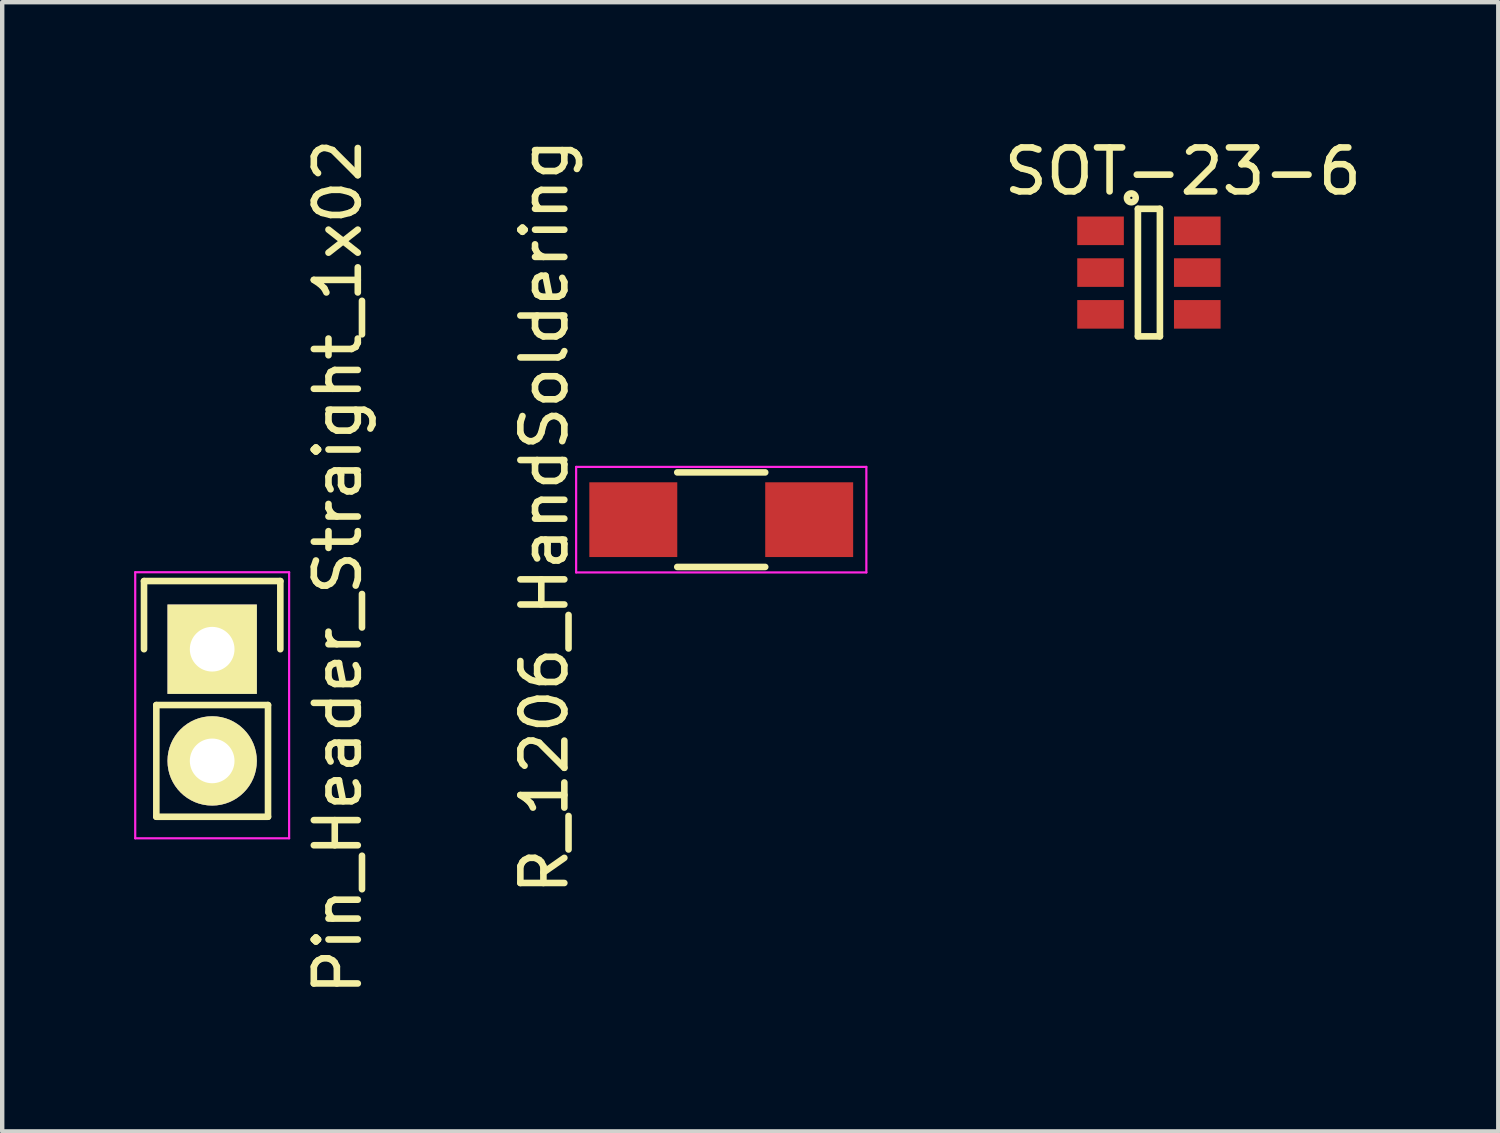
<source format=kicad_pcb>
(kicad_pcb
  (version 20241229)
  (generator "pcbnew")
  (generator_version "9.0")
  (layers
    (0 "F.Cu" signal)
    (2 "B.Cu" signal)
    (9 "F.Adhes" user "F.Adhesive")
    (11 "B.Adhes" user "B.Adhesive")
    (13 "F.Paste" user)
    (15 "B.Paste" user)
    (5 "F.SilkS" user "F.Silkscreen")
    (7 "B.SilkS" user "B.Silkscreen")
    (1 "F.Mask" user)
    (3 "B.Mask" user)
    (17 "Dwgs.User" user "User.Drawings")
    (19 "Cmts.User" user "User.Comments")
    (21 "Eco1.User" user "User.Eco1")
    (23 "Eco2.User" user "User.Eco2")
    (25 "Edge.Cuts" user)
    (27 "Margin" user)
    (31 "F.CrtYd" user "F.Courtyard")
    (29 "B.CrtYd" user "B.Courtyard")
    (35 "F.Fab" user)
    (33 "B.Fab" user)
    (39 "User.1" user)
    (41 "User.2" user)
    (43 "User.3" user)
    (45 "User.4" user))
  (footprint "R_1206_HandSoldering"
    (layer "F.Cu")
    (at 13.352 8.768)
    (property "Reference" "R_1206_HandSoldering" (at -4.023 -0.071 90) (layer "F.SilkS") (effects (font (size 1 1) (thickness 0.15))))
    (attr smd)
    (fp_line (start -1 -1.075) (end 1 -1.075) (stroke (width 0.15) (type solid)) (layer "F.SilkS"))
    (fp_line (start 1 1.075) (end -1 1.075) (stroke (width 0.15) (type solid)) (layer "F.SilkS"))
    (fp_line (start -3.3 -1.2) (end -3.3 1.2) (stroke (width 0.05) (type solid)) (layer "F.CrtYd"))
    (fp_line (start -3.3 -1.2) (end 3.3 -1.2) (stroke (width 0.05) (type solid)) (layer "F.CrtYd"))
    (fp_line (start -3.3 1.2) (end 3.3 1.2) (stroke (width 0.05) (type solid)) (layer "F.CrtYd"))
    (fp_line (start 3.3 -1.2) (end 3.3 1.2) (stroke (width 0.05) (type solid)) (layer "F.CrtYd"))
    (pad "1" smd rect (at -2 0) (size 2 1.7) (layers "F.Cu" "F.Mask" "F.Paste"))
    (pad "2" smd rect (at 2 0) (size 2 1.7) (layers "F.Cu" "F.Mask" "F.Paste")))
  (footprint "SOT-23-6"
    (layer "F.Cu")
    (at 23.078 3.149)
    (property "Reference" "SOT-23-6" (at 0.772 -2.301 0) (layer "F.SilkS") (effects (font (size 1 1) (thickness 0.15))))
    (attr smd)
    (fp_line (start -0.25 -1.45) (end -0.25 1.45) (stroke (width 0.15) (type solid)) (layer "F.SilkS"))
    (fp_line (start -0.25 1.45) (end 0.25 1.45) (stroke (width 0.15) (type solid)) (layer "F.SilkS"))
    (fp_line (start 0.25 -1.45) (end -0.25 -1.45) (stroke (width 0.15) (type solid)) (layer "F.SilkS"))
    (fp_line (start 0.25 1.45) (end 0.25 -1.45) (stroke (width 0.15) (type solid)) (layer "F.SilkS"))
    (fp_circle (center -0.4 -1.7) (end -0.3 -1.7) (stroke (width 0.15) (type solid)) (fill no) (layer "F.SilkS"))
    (pad "1" smd rect (at -1.1 -0.95) (size 1.06 0.65) (layers "F.Cu" "F.Mask" "F.Paste"))
    (pad "2" smd rect (at -1.1 0) (size 1.06 0.65) (layers "F.Cu" "F.Mask" "F.Paste"))
    (pad "3" smd rect (at -1.1 0.95) (size 1.06 0.65) (layers "F.Cu" "F.Mask" "F.Paste"))
    (pad "4" smd rect (at 1.1 0.95) (size 1.06 0.65) (layers "F.Cu" "F.Mask" "F.Paste"))
    (pad "5" smd rect (at 1.1 0) (size 1.06 0.65) (layers "F.Cu" "F.Mask" "F.Paste"))
    (pad "6" smd rect (at 1.1 -0.95) (size 1.06 0.65) (layers "F.Cu" "F.Mask" "F.Paste")))
  (footprint "Pin_Header_Straight_1x02"
    (layer "F.Cu")
    (at 1.775 11.714)
    (property "Reference" "Pin_Header_Straight_1x02" (at 2.857 -1.875 90) (layer "F.SilkS") (effects (font (size 1 1) (thickness 0.15))))
    (attr through_hole)
    (fp_line (start -1.55 -1.55) (end 1.55 -1.55) (stroke (width 0.15) (type solid)) (layer "F.SilkS"))
    (fp_line (start -1.55 0) (end -1.55 -1.55) (stroke (width 0.15) (type solid)) (layer "F.SilkS"))
    (fp_line (start -1.27 1.27) (end -1.27 3.81) (stroke (width 0.15) (type solid)) (layer "F.SilkS"))
    (fp_line (start -1.27 3.81) (end 1.27 3.81) (stroke (width 0.15) (type solid)) (layer "F.SilkS"))
    (fp_line (start 1.27 1.27) (end -1.27 1.27) (stroke (width 0.15) (type solid)) (layer "F.SilkS"))
    (fp_line (start 1.27 1.27) (end 1.27 3.81) (stroke (width 0.15) (type solid)) (layer "F.SilkS"))
    (fp_line (start 1.55 -1.55) (end 1.55 0) (stroke (width 0.15) (type solid)) (layer "F.SilkS"))
    (fp_line (start -1.75 -1.75) (end -1.75 4.3) (stroke (width 0.05) (type solid)) (layer "F.CrtYd"))
    (fp_line (start -1.75 -1.75) (end 1.75 -1.75) (stroke (width 0.05) (type solid)) (layer "F.CrtYd"))
    (fp_line (start -1.75 4.3) (end 1.75 4.3) (stroke (width 0.05) (type solid)) (layer "F.CrtYd"))
    (fp_line (start 1.75 -1.75) (end 1.75 4.3) (stroke (width 0.05) (type solid)) (layer "F.CrtYd"))
    (pad "1" thru_hole rect (at 0 0) (size 2.032 2.032) (drill 1.016) (layers "*.Cu" "*.Mask" "F.SilkS"))
    (pad "2" thru_hole oval (at 0 2.54) (size 2.032 2.032) (drill 1.016) (layers "*.Cu" "*.Mask" "F.SilkS")))
  (gr_rect
    (start -3 -3)
    (end 31.023 22.679)
    (stroke (width 0.1) (type default))
    (fill no)
    (layer "Edge.Cuts")))
</source>
